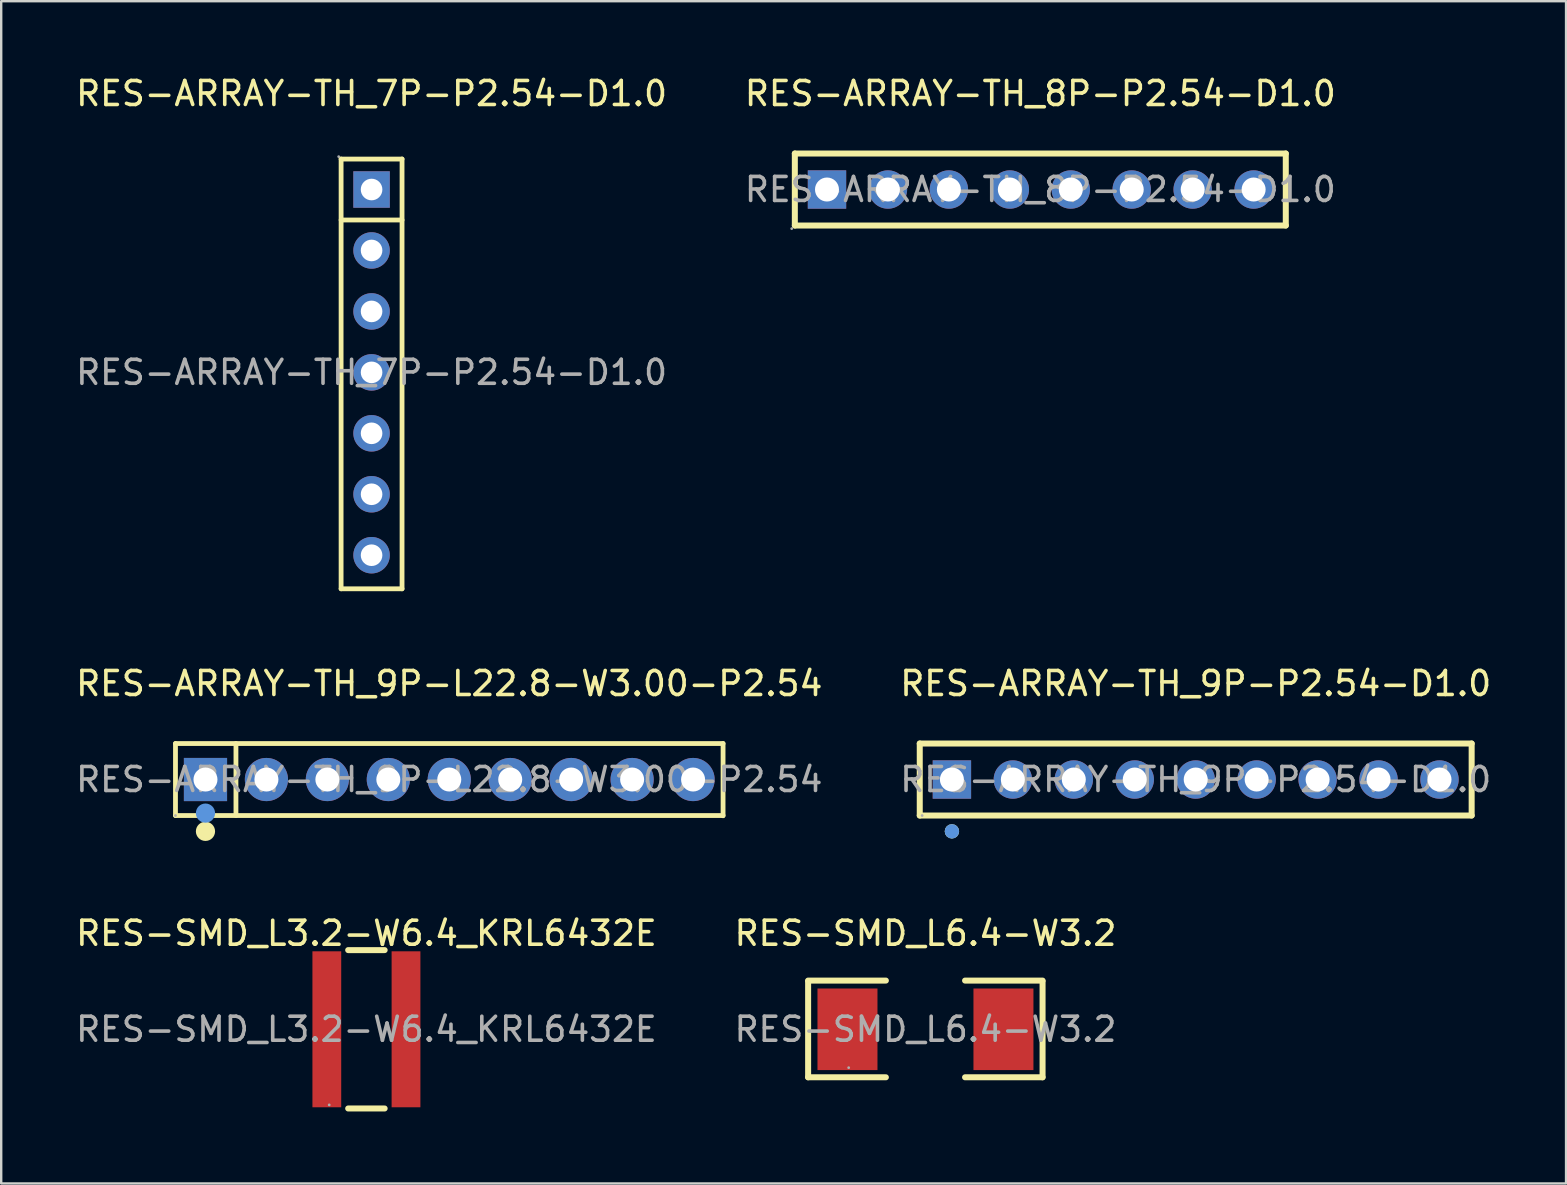
<source format=kicad_pcb>
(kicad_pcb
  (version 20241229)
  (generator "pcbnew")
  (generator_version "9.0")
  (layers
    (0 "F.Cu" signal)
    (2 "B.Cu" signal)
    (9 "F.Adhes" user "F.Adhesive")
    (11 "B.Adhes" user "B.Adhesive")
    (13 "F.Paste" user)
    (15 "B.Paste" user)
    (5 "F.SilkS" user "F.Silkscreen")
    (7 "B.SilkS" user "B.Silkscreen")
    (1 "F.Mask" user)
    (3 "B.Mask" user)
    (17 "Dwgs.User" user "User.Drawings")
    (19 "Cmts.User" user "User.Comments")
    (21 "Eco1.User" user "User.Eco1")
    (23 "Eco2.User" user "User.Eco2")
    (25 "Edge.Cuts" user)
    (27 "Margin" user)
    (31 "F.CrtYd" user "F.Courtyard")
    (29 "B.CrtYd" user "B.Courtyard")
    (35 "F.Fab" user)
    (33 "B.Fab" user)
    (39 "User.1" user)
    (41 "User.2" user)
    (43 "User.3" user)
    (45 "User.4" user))
  (footprint "RES-ARRAY-TH_9P-P2.54-D1.0"
    (layer "F.Cu")
    (at 46.78 29.436)
    (property "Reference" "RES-ARRAY-TH_9P-P2.54-D1.0" (at 0 -4 0) (layer "F.SilkS") (effects (font (size 1 1) (thickness 0.15))))
    (attr through_hole)
    (fp_line (start -11.5 -1.5) (end 11.5 -1.5) (stroke (width 0.25) (type solid)) (layer "F.SilkS"))
    (fp_line (start -11.5 1.5) (end -11.5 -1.5) (stroke (width 0.25) (type solid)) (layer "F.SilkS"))
    (fp_line (start 11.5 -1.5) (end 11.5 1.5) (stroke (width 0.25) (type solid)) (layer "F.SilkS"))
    (fp_line (start 11.5 1.5) (end -11.5 1.5) (stroke (width 0.25) (type solid)) (layer "F.SilkS"))
    (fp_circle (center -10.16 2.16) (end -10.01 2.16) (stroke (width 0.3) (type solid)) (fill no) (layer "F.SilkS"))
    (fp_circle (center -10.16 2.16) (end -10.01 2.16) (stroke (width 0.3) (type solid)) (fill no) (layer "Cmts.User"))
    (fp_circle (center -11.4 1.5) (end -11.37 1.5) (stroke (width 0.06) (type solid)) (fill no) (layer "F.Fab"))
    (fp_text user "${REFERENCE}" (at 0 0 0) (layer "F.Fab") (effects (font (size 1 1) (thickness 0.15))))
    (pad "1" thru_hole rect (at -10.16 0) (size 1.6 1.6) (drill 1) (layers "*.Cu" "*.Paste" "*.Mask"))
    (pad "2" thru_hole circle (at -7.62 0) (size 1.6 1.6) (drill 1) (layers "*.Cu" "*.Paste" "*.Mask"))
    (pad "3" thru_hole circle (at -5.08 0) (size 1.6 1.6) (drill 1) (layers "*.Cu" "*.Paste" "*.Mask"))
    (pad "4" thru_hole circle (at -2.54 0) (size 1.6 1.6) (drill 1) (layers "*.Cu" "*.Paste" "*.Mask"))
    (pad "5" thru_hole circle (at 0 0) (size 1.6 1.6) (drill 1) (layers "*.Cu" "*.Paste" "*.Mask"))
    (pad "6" thru_hole circle (at 2.54 0) (size 1.6 1.6) (drill 1) (layers "*.Cu" "*.Paste" "*.Mask"))
    (pad "7" thru_hole circle (at 5.08 0) (size 1.6 1.6) (drill 1) (layers "*.Cu" "*.Paste" "*.Mask"))
    (pad "8" thru_hole circle (at 7.62 0) (size 1.6 1.6) (drill 1) (layers "*.Cu" "*.Paste" "*.Mask"))
    (pad "9" thru_hole circle (at 10.16 0) (size 1.6 1.6) (drill 1) (layers "*.Cu" "*.Paste" "*.Mask")))
  (footprint "RES-ARRAY-TH_9P-L22.8-W3.00-P2.54"
    (layer "F.Cu")
    (at 15.673 29.436)
    (property "Reference" "RES-ARRAY-TH_9P-L22.8-W3.00-P2.54" (at 0 -4 0) (layer "F.SilkS") (effects (font (size 1 1) (thickness 0.15))))
    (attr through_hole)
    (fp_line (start -11.41 -1.5) (end 11.41 -1.5) (stroke (width 0.2) (type solid)) (layer "F.SilkS"))
    (fp_line (start -11.41 1.5) (end -11.41 -1.5) (stroke (width 0.2) (type solid)) (layer "F.SilkS"))
    (fp_line (start -11.41 1.5) (end 11.41 1.5) (stroke (width 0.2) (type solid)) (layer "F.SilkS"))
    (fp_line (start -8.89 1.5) (end -8.89 -1.5) (stroke (width 0.2) (type solid)) (layer "F.SilkS"))
    (fp_line (start 11.41 1.51) (end 11.41 -1.5) (stroke (width 0.2) (type solid)) (layer "F.SilkS"))
    (fp_circle (center -10.16 2.16) (end -9.96 2.16) (stroke (width 0.4) (type solid)) (fill no) (layer "F.SilkS"))
    (fp_circle (center -10.16 1.4) (end -9.96 1.4) (stroke (width 0.4) (type solid)) (fill no) (layer "Cmts.User"))
    (fp_circle (center -11.41 1.5) (end -11.38 1.5) (stroke (width 0.06) (type solid)) (fill no) (layer "F.Fab"))
    (fp_text user "${REFERENCE}" (at 0 0 0) (layer "F.Fab") (effects (font (size 1 1) (thickness 0.15))))
    (pad "1" thru_hole rect (at -10.16 0) (size 1.8 1.8) (drill 1) (layers "*.Cu" "*.Paste" "*.Mask"))
    (pad "2" thru_hole circle (at -7.62 0) (size 1.8 1.8) (drill 1) (layers "*.Cu" "*.Paste" "*.Mask"))
    (pad "3" thru_hole circle (at -5.08 0) (size 1.8 1.8) (drill 1) (layers "*.Cu" "*.Paste" "*.Mask"))
    (pad "4" thru_hole circle (at -2.54 0) (size 1.8 1.8) (drill 1) (layers "*.Cu" "*.Paste" "*.Mask"))
    (pad "5" thru_hole circle (at 0 0) (size 1.8 1.8) (drill 1) (layers "*.Cu" "*.Paste" "*.Mask"))
    (pad "6" thru_hole circle (at 2.54 0) (size 1.8 1.8) (drill 1) (layers "*.Cu" "*.Paste" "*.Mask"))
    (pad "7" thru_hole circle (at 5.08 0) (size 1.8 1.8) (drill 1) (layers "*.Cu" "*.Paste" "*.Mask"))
    (pad "8" thru_hole circle (at 7.62 0) (size 1.8 1.8) (drill 1) (layers "*.Cu" "*.Paste" "*.Mask"))
    (pad "9" thru_hole circle (at 10.16 0) (size 1.8 1.8) (drill 1) (layers "*.Cu" "*.Paste" "*.Mask")))
  (footprint "RES-ARRAY-TH_8P-P2.54-D1.0"
    (layer "F.Cu")
    (at 40.304 4.848)
    (property "Reference" "RES-ARRAY-TH_8P-P2.54-D1.0" (at 0 -4 0) (layer "F.SilkS") (effects (font (size 1 1) (thickness 0.15))))
    (attr through_hole)
    (fp_line (start -10.23 -1.5) (end 10.23 -1.5) (stroke (width 0.25) (type solid)) (layer "F.SilkS"))
    (fp_line (start -10.23 1.5) (end -10.23 -1.5) (stroke (width 0.25) (type solid)) (layer "F.SilkS"))
    (fp_line (start 10.23 -1.5) (end 10.23 1.5) (stroke (width 0.25) (type solid)) (layer "F.SilkS"))
    (fp_line (start 10.23 1.5) (end -10.23 1.5) (stroke (width 0.25) (type solid)) (layer "F.SilkS"))
    (fp_circle (center -10.36 1.63) (end -10.33 1.63) (stroke (width 0.06) (type solid)) (fill no) (layer "F.Fab"))
    (fp_circle (center -8.89 0) (end -8.69 0) (stroke (width 0.4) (type solid)) (fill no) (layer "F.Fab"))
    (fp_circle (center -6.35 0) (end -6.15 0) (stroke (width 0.4) (type solid)) (fill no) (layer "F.Fab"))
    (fp_circle (center -3.81 0) (end -3.61 0) (stroke (width 0.4) (type solid)) (fill no) (layer "F.Fab"))
    (fp_circle (center -1.27 0) (end -1.07 0) (stroke (width 0.4) (type solid)) (fill no) (layer "F.Fab"))
    (fp_circle (center 1.27 0) (end 1.47 0) (stroke (width 0.4) (type solid)) (fill no) (layer "F.Fab"))
    (fp_circle (center 3.81 0) (end 4.01 0) (stroke (width 0.4) (type solid)) (fill no) (layer "F.Fab"))
    (fp_circle (center 6.35 0) (end 6.55 0) (stroke (width 0.4) (type solid)) (fill no) (layer "F.Fab"))
    (fp_circle (center 8.89 0) (end 9.09 0) (stroke (width 0.4) (type solid)) (fill no) (layer "F.Fab"))
    (fp_text user "${REFERENCE}" (at 0 0 0) (layer "F.Fab") (effects (font (size 1 1) (thickness 0.15))))
    (pad "1" thru_hole rect (at -8.89 0) (size 1.6 1.6) (drill 1) (layers "*.Cu" "*.Paste" "*.Mask"))
    (pad "2" thru_hole circle (at -6.35 0) (size 1.6 1.6) (drill 1) (layers "*.Cu" "*.Paste" "*.Mask"))
    (pad "3" thru_hole circle (at -3.81 0) (size 1.6 1.6) (drill 1) (layers "*.Cu" "*.Paste" "*.Mask"))
    (pad "4" thru_hole circle (at -1.27 0) (size 1.6 1.6) (drill 1) (layers "*.Cu" "*.Paste" "*.Mask"))
    (pad "5" thru_hole circle (at 1.27 0) (size 1.6 1.6) (drill 1) (layers "*.Cu" "*.Paste" "*.Mask"))
    (pad "6" thru_hole circle (at 3.81 0) (size 1.6 1.6) (drill 1) (layers "*.Cu" "*.Paste" "*.Mask"))
    (pad "7" thru_hole circle (at 6.35 0) (size 1.6 1.6) (drill 1) (layers "*.Cu" "*.Paste" "*.Mask"))
    (pad "8" thru_hole circle (at 8.89 0) (size 1.6 1.6) (drill 1) (layers "*.Cu" "*.Paste" "*.Mask")))
  (footprint "RES-SMD_L3.2-W6.4_KRL6432E"
    (layer "F.Cu")
    (at 12.22 39.845)
    (property "Reference" "RES-SMD_L3.2-W6.4_KRL6432E" (at 0 -4 0) (layer "F.SilkS") (effects (font (size 1 1) (thickness 0.15))))
    (attr through_hole)
    (fp_line (start -0.76 -3.3) (end 0.76 -3.3) (stroke (width 0.25) (type solid)) (layer "F.SilkS"))
    (fp_line (start -0.76 3.3) (end 0.76 3.3) (stroke (width 0.25) (type solid)) (layer "F.SilkS"))
    (fp_circle (center -1.55 3.15) (end -1.52 3.15) (stroke (width 0.06) (type solid)) (fill no) (layer "F.Fab"))
    (fp_text user "${REFERENCE}" (at 0 0 0) (layer "F.Fab") (effects (font (size 1 1) (thickness 0.15))))
    (pad "1" smd rect (at -1.65 0) (size 1.2 6.5) (layers "F.Cu" "F.Mask" "F.Paste"))
    (pad "2" smd rect (at 1.65 0) (size 1.2 6.5) (layers "F.Cu" "F.Mask" "F.Paste")))
  (footprint "RES-ARRAY-TH_7P-P2.54-D1.0"
    (layer "F.Cu")
    (at 12.435 12.468)
    (property "Reference" "RES-ARRAY-TH_7P-P2.54-D1.0" (at 0 -11.62 0) (layer "F.SilkS") (effects (font (size 1 1) (thickness 0.15))))
    (attr through_hole)
    (fp_line (start -1.27 -8.89) (end -1.27 9.02) (stroke (width 0.2) (type solid)) (layer "F.SilkS"))
    (fp_line (start -1.27 -6.35) (end 1.27 -6.35) (stroke (width 0.2) (type solid)) (layer "F.SilkS"))
    (fp_line (start -1.27 9.02) (end 1.27 9.02) (stroke (width 0.2) (type solid)) (layer "F.SilkS"))
    (fp_line (start 1.27 -8.89) (end -1.27 -8.89) (stroke (width 0.2) (type solid)) (layer "F.SilkS"))
    (fp_line (start 1.27 9.02) (end 1.27 -8.89) (stroke (width 0.2) (type solid)) (layer "F.SilkS"))
    (fp_circle (center -1.37 -8.99) (end -1.34 -8.99) (stroke (width 0.06) (type solid)) (fill no) (layer "F.Fab"))
    (fp_circle (center 0 -7.62) (end 0.18 -7.62) (stroke (width 0.35) (type solid)) (fill no) (layer "F.Fab"))
    (fp_circle (center 0 -5.08) (end 0.18 -5.08) (stroke (width 0.35) (type solid)) (fill no) (layer "F.Fab"))
    (fp_circle (center 0 -2.54) (end 0.18 -2.54) (stroke (width 0.35) (type solid)) (fill no) (layer "F.Fab"))
    (fp_circle (center 0 0) (end 0.18 0) (stroke (width 0.35) (type solid)) (fill no) (layer "F.Fab"))
    (fp_circle (center 0 2.54) (end 0.18 2.54) (stroke (width 0.35) (type solid)) (fill no) (layer "F.Fab"))
    (fp_circle (center 0 5.08) (end 0.18 5.08) (stroke (width 0.35) (type solid)) (fill no) (layer "F.Fab"))
    (fp_circle (center 0 7.62) (end 0.18 7.62) (stroke (width 0.35) (type solid)) (fill no) (layer "F.Fab"))
    (fp_text user "${REFERENCE}" (at 0 0 0) (layer "F.Fab") (effects (font (size 1 1) (thickness 0.15))))
    (pad "1" thru_hole rect (at 0 -7.62 270) (size 1.52 1.52) (drill 0.9) (layers "*.Cu" "*.Paste" "*.Mask"))
    (pad "2" thru_hole circle (at 0 -5.08 270) (size 1.52 1.52) (drill 0.9) (layers "*.Cu" "*.Paste" "*.Mask"))
    (pad "3" thru_hole circle (at 0 -2.54 270) (size 1.52 1.52) (drill 0.9) (layers "*.Cu" "*.Paste" "*.Mask"))
    (pad "4" thru_hole circle (at 0 0 270) (size 1.52 1.52) (drill 0.9) (layers "*.Cu" "*.Paste" "*.Mask"))
    (pad "5" thru_hole circle (at 0 2.54 270) (size 1.52 1.52) (drill 0.9) (layers "*.Cu" "*.Paste" "*.Mask"))
    (pad "6" thru_hole circle (at 0 5.08 270) (size 1.52 1.52) (drill 0.9) (layers "*.Cu" "*.Paste" "*.Mask"))
    (pad "7" thru_hole circle (at 0 7.62 270) (size 1.52 1.52) (drill 0.9) (layers "*.Cu" "*.Paste" "*.Mask")))
  (footprint "RES-SMD_L6.4-W3.2"
    (layer "F.Cu")
    (at 35.518 39.845)
    (property "Reference" "RES-SMD_L6.4-W3.2" (at 0 -4 0) (layer "F.SilkS") (effects (font (size 1 1) (thickness 0.15))))
    (attr through_hole)
    (fp_line (start -4.89 -2) (end -4.89 2) (stroke (width 0.25) (type solid)) (layer "F.SilkS"))
    (fp_line (start -4.89 2) (end -1.65 2) (stroke (width 0.25) (type solid)) (layer "F.SilkS"))
    (fp_line (start -1.65 -2.03) (end -4.89 -2.03) (stroke (width 0.25) (type solid)) (layer "F.SilkS"))
    (fp_line (start 1.65 -2.03) (end 4.88 -2.03) (stroke (width 0.25) (type solid)) (layer "F.SilkS"))
    (fp_line (start 1.65 2) (end 4.88 2) (stroke (width 0.25) (type solid)) (layer "F.SilkS"))
    (fp_line (start 4.88 -2) (end 4.88 2) (stroke (width 0.25) (type solid)) (layer "F.SilkS"))
    (fp_circle (center -3.2 1.6) (end -3.17 1.6) (stroke (width 0.06) (type solid)) (fill no) (layer "F.Fab"))
    (fp_text user "${REFERENCE}" (at 0 0 0) (layer "F.Fab") (effects (font (size 1 1) (thickness 0.15))))
    (pad "1" smd rect (at -3.25 0) (size 2.5 3.4) (layers "F.Cu" "F.Mask" "F.Paste"))
    (pad "2" smd rect (at 3.25 0) (size 2.5 3.4) (layers "F.Cu" "F.Mask" "F.Paste")))
  (gr_rect
    (start -3 -3)
    (end 62.214 46.27)
    (stroke (width 0.1) (type default))
    (fill no)
    (layer "Edge.Cuts")))
</source>
